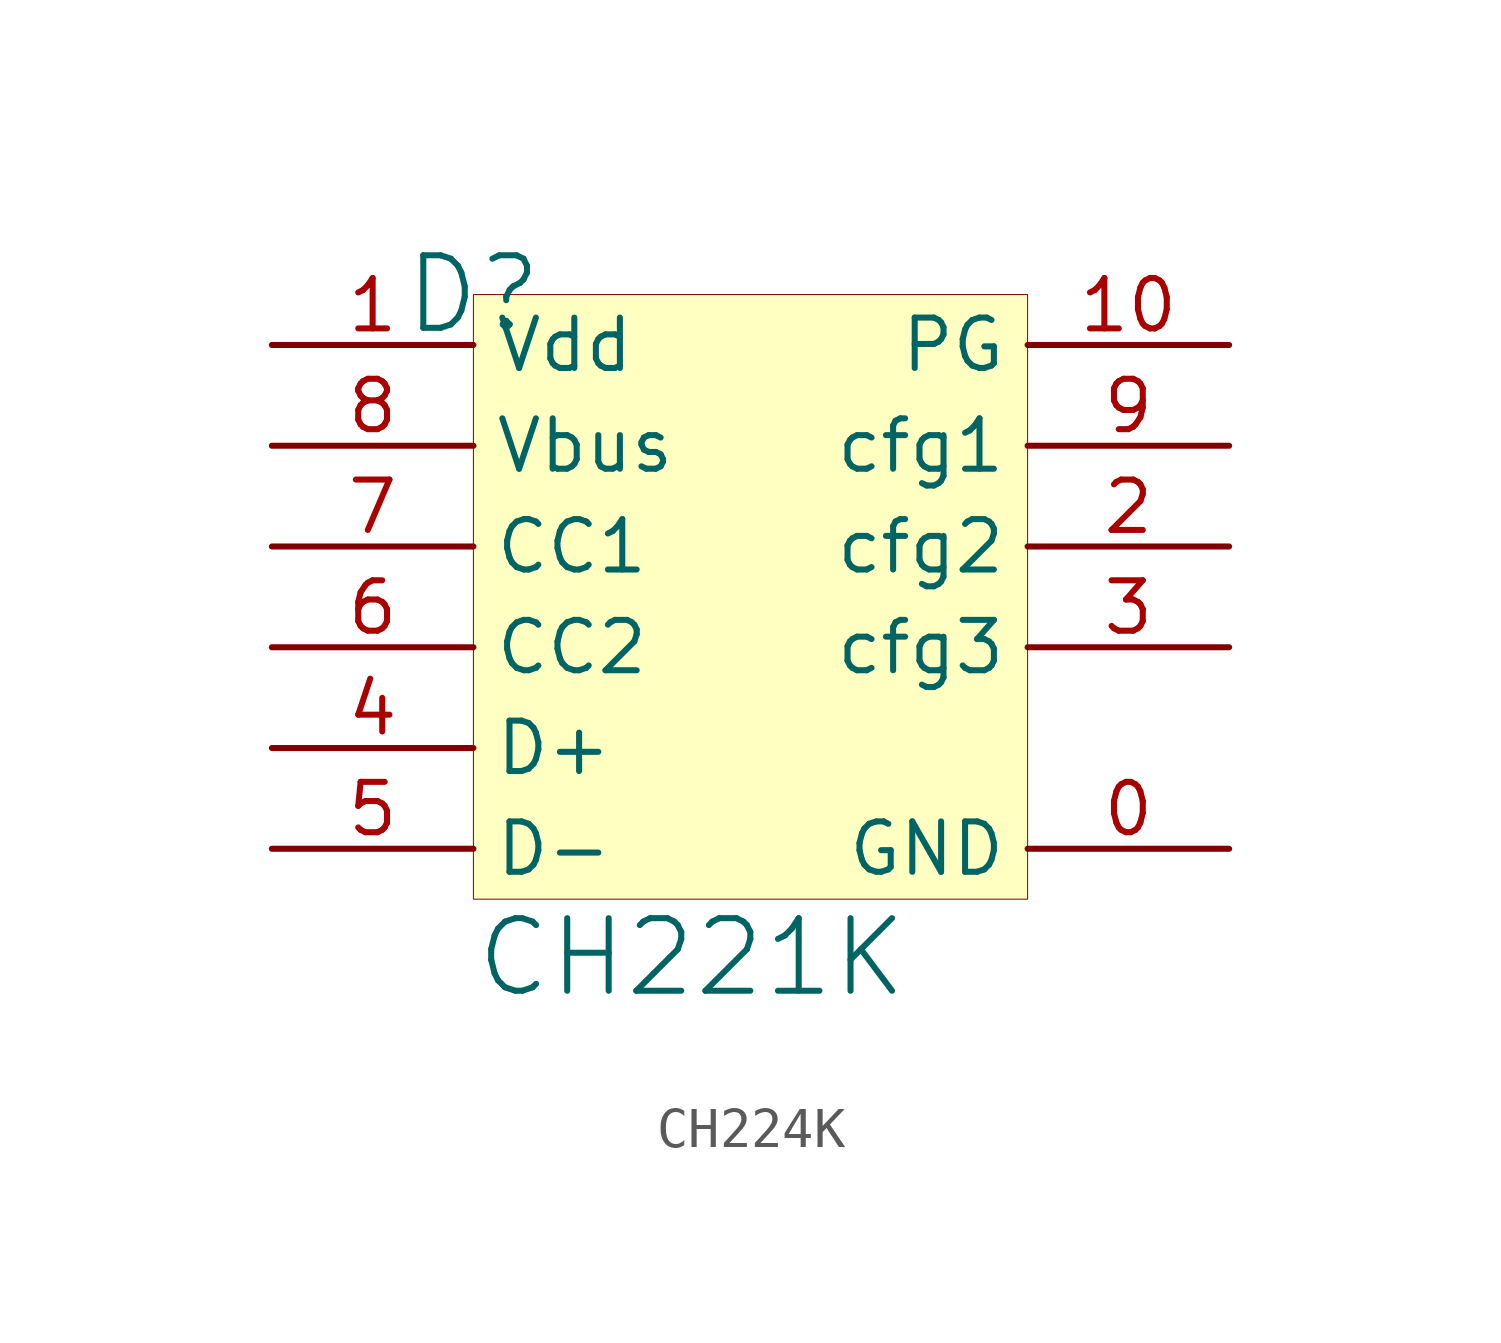
<source format=kicad_sym>
(kicad_symbol_lib
  (version 20231120)
  (generator "kicad_symbol_editor")
  (generator_version "8.0")
  (symbol "CH224K"
    (property "Reference" "D"
      (at -7.62 6.35 0)
      (effects (font (size 1.829 1.829))))
    (property "Value" "${DEVICE}"
      (at -7.62 -11.43 0)
      (effects (font (size 1.829 1.829)) (justify left bottom)))
    (property "Device" "CH221K"
      (at -13.208 -11.43 0)
      (effects (font (size 1.829 1.829)) (justify left bottom) (hide yes)))
    (symbol "CH224K_1_0"
      (rectangle (start 6.35 6.35) (end -7.62 -8.89) (stroke (width 0.025) (type solid) (color 128 0 0 1)) (fill (type background)))
      (pin passive line (at 11.43 -7.62 180) (length 5.08) (name "GND" (effects (font (size 1.27 1.27)))) (number "0" (effects (font (size 1.27 1.27)))))
      (pin passive line (at -12.7 5.08 0) (length 5.08) (name "Vdd" (effects (font (size 1.27 1.27)))) (number "1" (effects (font (size 1.27 1.27)))))
      (pin passive line (at 11.43 5.08 180) (length 5.08) (name "PG" (effects (font (size 1.27 1.27)))) (number "10" (effects (font (size 1.27 1.27)))))
      (pin passive line (at 11.43 0 180) (length 5.08) (name "cfg2" (effects (font (size 1.27 1.27)))) (number "2" (effects (font (size 1.27 1.27)))))
      (pin passive line (at 11.43 -2.54 180) (length 5.08) (name "cfg3" (effects (font (size 1.27 1.27)))) (number "3" (effects (font (size 1.27 1.27)))))
      (pin passive line (at -12.7 -5.08 0) (length 5.08) (name "D+" (effects (font (size 1.27 1.27)))) (number "4" (effects (font (size 1.27 1.27)))))
      (pin passive line (at -12.7 -7.62 0) (length 5.08) (name "D-" (effects (font (size 1.27 1.27)))) (number "5" (effects (font (size 1.27 1.27)))))
      (pin passive line (at -12.7 -2.54 0) (length 5.08) (name "CC2" (effects (font (size 1.27 1.27)))) (number "6" (effects (font (size 1.27 1.27)))))
      (pin passive line (at -12.7 0 0) (length 5.08) (name "CC1" (effects (font (size 1.27 1.27)))) (number "7" (effects (font (size 1.27 1.27)))))
      (pin passive line (at -12.7 2.54 0) (length 5.08) (name "Vbus" (effects (font (size 1.27 1.27)))) (number "8" (effects (font (size 1.27 1.27)))))
      (pin passive line (at 11.43 2.54 180) (length 5.08) (name "cfg1" (effects (font (size 1.27 1.27)))) (number "9" (effects (font (size 1.27 1.27))))))))
</source>
